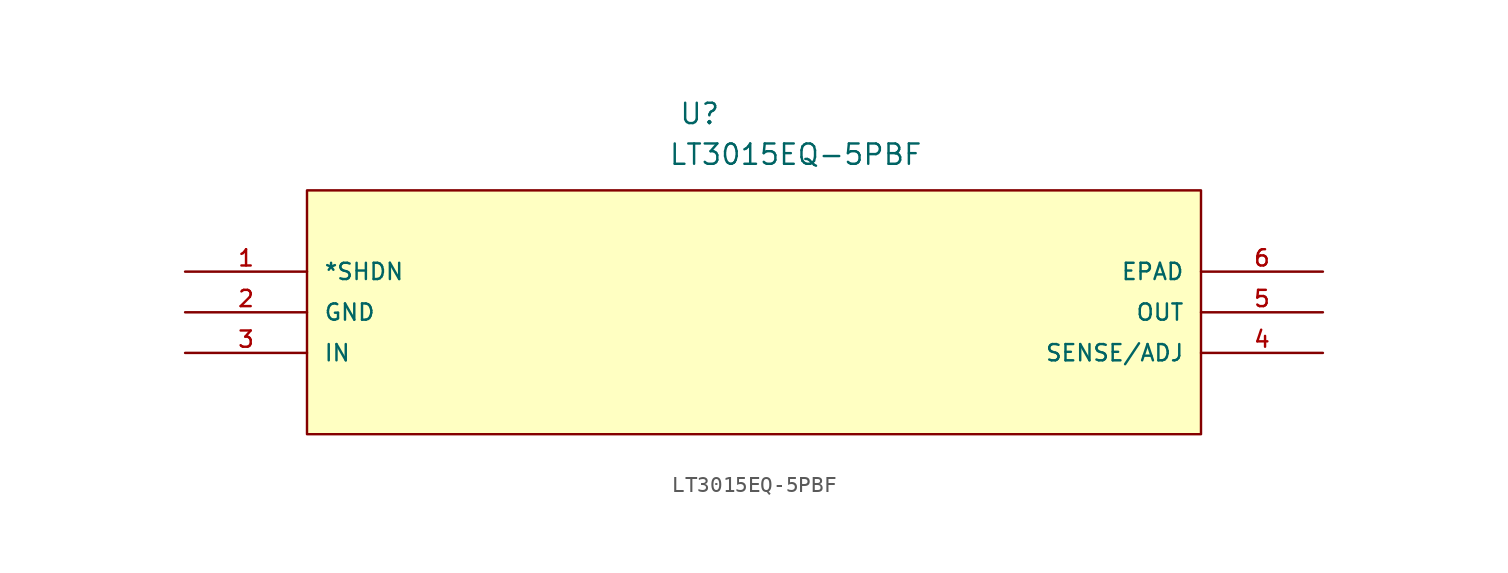
<source format=kicad_sym>
(kicad_symbol_lib
  (version 20211014)
  (generator kicad_symbol_editor)
  (symbol "LT3015EQ-5PBF"
    (pin_names
      (offset 1.016))
    (property "Reference" "U"
      (at 30.854 9.124 0.0)
      (effects (font (size 1.27 1.27)) (justify bottom left)))
    (property "Value" "LT3015EQ-5PBF"
      (at 30.203 6.579 0.0)
      (effects (font (size 1.27 1.27)) (justify bottom left)))
    (symbol "LT3015EQ-5PBF_0_0"
      (rectangle (start 7.62 -10.16) (end 63.5 5.08) (stroke (width 0.152)) (fill (type background)))
      (pin bidirectional line (at 0.0 0.0 0) (length 7.62) (name "*SHDN" (effects (font (size 1.016 1.016)))) (number "1" (effects (font (size 1.016 1.016)))))
      (pin power_in line (at 0.0 -2.54 0) (length 7.62) (name "GND" (effects (font (size 1.016 1.016)))) (number "2" (effects (font (size 1.016 1.016)))))
      (pin input line (at 0.0 -5.08 0) (length 7.62) (name "IN" (effects (font (size 1.016 1.016)))) (number "3" (effects (font (size 1.016 1.016)))))
      (pin input line (at 71.12 -5.08 180.0) (length 7.62) (name "SENSE/ADJ" (effects (font (size 1.016 1.016)))) (number "4" (effects (font (size 1.016 1.016)))))
      (pin output line (at 71.12 -2.54 180.0) (length 7.62) (name "OUT" (effects (font (size 1.016 1.016)))) (number "5" (effects (font (size 1.016 1.016)))))
      (pin passive line (at 71.12 0.0 180.0) (length 7.62) (name "EPAD" (effects (font (size 1.016 1.016)))) (number "6" (effects (font (size 1.016 1.016))))))))
</source>
